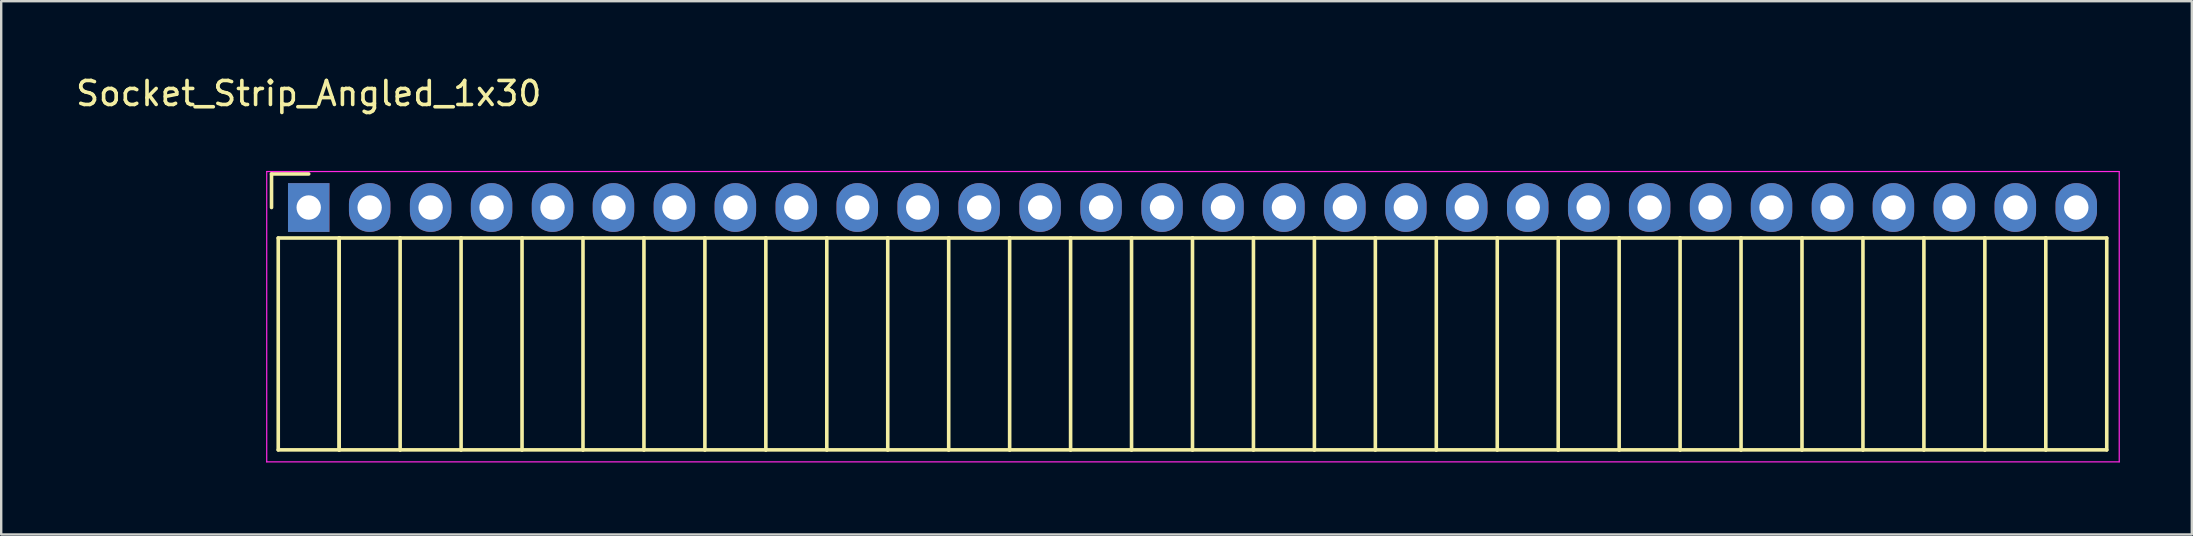
<source format=kicad_pcb>
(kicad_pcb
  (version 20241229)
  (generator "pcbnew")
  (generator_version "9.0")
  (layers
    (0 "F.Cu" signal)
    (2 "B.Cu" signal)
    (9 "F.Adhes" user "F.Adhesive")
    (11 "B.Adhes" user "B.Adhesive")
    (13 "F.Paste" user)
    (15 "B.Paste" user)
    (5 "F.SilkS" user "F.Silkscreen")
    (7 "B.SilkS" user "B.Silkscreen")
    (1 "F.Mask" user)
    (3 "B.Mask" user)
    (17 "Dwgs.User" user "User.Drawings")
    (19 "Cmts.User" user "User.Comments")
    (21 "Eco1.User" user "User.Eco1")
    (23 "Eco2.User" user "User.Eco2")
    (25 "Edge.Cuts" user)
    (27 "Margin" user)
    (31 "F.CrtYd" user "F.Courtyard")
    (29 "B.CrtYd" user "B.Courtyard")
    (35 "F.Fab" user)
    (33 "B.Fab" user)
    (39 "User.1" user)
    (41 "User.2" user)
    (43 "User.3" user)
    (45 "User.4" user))
  (footprint "Socket_Strip_Angled_1x30"
    (layer "F.Cu")
    (at 9.815 5.598)
    (property "Reference" "Socket_Strip_Angled_1x30" (at 0 -4.75 0) (layer "F.SilkS") (effects (font (size 1 1) (thickness 0.15))))
    (attr through_hole)
    (fp_line (start -1.55 -1.4) (end -1.55 0) (stroke (width 0.15) (type solid)) (layer "F.SilkS"))
    (fp_line (start -1.27 1.27) (end -1.27 10.1) (stroke (width 0.15) (type solid)) (layer "F.SilkS"))
    (fp_line (start -1.27 1.27) (end 1.27 1.27) (stroke (width 0.15) (type solid)) (layer "F.SilkS"))
    (fp_line (start -1.27 10.1) (end 1.27 10.1) (stroke (width 0.15) (type solid)) (layer "F.SilkS"))
    (fp_line (start 0 -1.4) (end -1.55 -1.4) (stroke (width 0.15) (type solid)) (layer "F.SilkS"))
    (fp_line (start 1.27 1.27) (end 1.27 10.1) (stroke (width 0.15) (type solid)) (layer "F.SilkS"))
    (fp_line (start 1.27 1.27) (end 3.81 1.27) (stroke (width 0.15) (type solid)) (layer "F.SilkS"))
    (fp_line (start 1.27 10.1) (end 1.27 1.27) (stroke (width 0.15) (type solid)) (layer "F.SilkS"))
    (fp_line (start 1.27 10.1) (end 3.81 10.1) (stroke (width 0.15) (type solid)) (layer "F.SilkS"))
    (fp_line (start 3.81 1.27) (end 6.35 1.27) (stroke (width 0.15) (type solid)) (layer "F.SilkS"))
    (fp_line (start 3.81 10.1) (end 3.81 1.27) (stroke (width 0.15) (type solid)) (layer "F.SilkS"))
    (fp_line (start 3.81 10.1) (end 6.35 10.1) (stroke (width 0.15) (type solid)) (layer "F.SilkS"))
    (fp_line (start 6.35 1.27) (end 8.89 1.27) (stroke (width 0.15) (type solid)) (layer "F.SilkS"))
    (fp_line (start 6.35 10.1) (end 6.35 1.27) (stroke (width 0.15) (type solid)) (layer "F.SilkS"))
    (fp_line (start 6.35 10.1) (end 8.89 10.1) (stroke (width 0.15) (type solid)) (layer "F.SilkS"))
    (fp_line (start 8.89 1.27) (end 11.43 1.27) (stroke (width 0.15) (type solid)) (layer "F.SilkS"))
    (fp_line (start 8.89 10.1) (end 8.89 1.27) (stroke (width 0.15) (type solid)) (layer "F.SilkS"))
    (fp_line (start 8.89 10.1) (end 11.43 10.1) (stroke (width 0.15) (type solid)) (layer "F.SilkS"))
    (fp_line (start 11.43 1.27) (end 13.97 1.27) (stroke (width 0.15) (type solid)) (layer "F.SilkS"))
    (fp_line (start 11.43 10.1) (end 11.43 1.27) (stroke (width 0.15) (type solid)) (layer "F.SilkS"))
    (fp_line (start 11.43 10.1) (end 13.97 10.1) (stroke (width 0.15) (type solid)) (layer "F.SilkS"))
    (fp_line (start 13.97 1.27) (end 16.51 1.27) (stroke (width 0.15) (type solid)) (layer "F.SilkS"))
    (fp_line (start 13.97 10.1) (end 13.97 1.27) (stroke (width 0.15) (type solid)) (layer "F.SilkS"))
    (fp_line (start 13.97 10.1) (end 16.51 10.1) (stroke (width 0.15) (type solid)) (layer "F.SilkS"))
    (fp_line (start 16.51 1.27) (end 19.05 1.27) (stroke (width 0.15) (type solid)) (layer "F.SilkS"))
    (fp_line (start 16.51 10.1) (end 16.51 1.27) (stroke (width 0.15) (type solid)) (layer "F.SilkS"))
    (fp_line (start 16.51 10.1) (end 19.05 10.1) (stroke (width 0.15) (type solid)) (layer "F.SilkS"))
    (fp_line (start 19.05 1.27) (end 21.59 1.27) (stroke (width 0.15) (type solid)) (layer "F.SilkS"))
    (fp_line (start 19.05 10.1) (end 19.05 1.27) (stroke (width 0.15) (type solid)) (layer "F.SilkS"))
    (fp_line (start 19.05 10.1) (end 21.59 10.1) (stroke (width 0.15) (type solid)) (layer "F.SilkS"))
    (fp_line (start 21.59 1.27) (end 24.13 1.27) (stroke (width 0.15) (type solid)) (layer "F.SilkS"))
    (fp_line (start 21.59 10.1) (end 21.59 1.27) (stroke (width 0.15) (type solid)) (layer "F.SilkS"))
    (fp_line (start 21.59 10.1) (end 24.13 10.1) (stroke (width 0.15) (type solid)) (layer "F.SilkS"))
    (fp_line (start 24.13 1.27) (end 26.67 1.27) (stroke (width 0.15) (type solid)) (layer "F.SilkS"))
    (fp_line (start 24.13 10.1) (end 24.13 1.27) (stroke (width 0.15) (type solid)) (layer "F.SilkS"))
    (fp_line (start 24.13 10.1) (end 26.67 10.1) (stroke (width 0.15) (type solid)) (layer "F.SilkS"))
    (fp_line (start 26.67 1.27) (end 29.21 1.27) (stroke (width 0.15) (type solid)) (layer "F.SilkS"))
    (fp_line (start 26.67 10.1) (end 26.67 1.27) (stroke (width 0.15) (type solid)) (layer "F.SilkS"))
    (fp_line (start 26.67 10.1) (end 29.21 10.1) (stroke (width 0.15) (type solid)) (layer "F.SilkS"))
    (fp_line (start 29.21 1.27) (end 31.75 1.27) (stroke (width 0.15) (type solid)) (layer "F.SilkS"))
    (fp_line (start 29.21 10.1) (end 29.21 1.27) (stroke (width 0.15) (type solid)) (layer "F.SilkS"))
    (fp_line (start 29.21 10.1) (end 31.75 10.1) (stroke (width 0.15) (type solid)) (layer "F.SilkS"))
    (fp_line (start 31.75 1.27) (end 34.29 1.27) (stroke (width 0.15) (type solid)) (layer "F.SilkS"))
    (fp_line (start 31.75 10.1) (end 31.75 1.27) (stroke (width 0.15) (type solid)) (layer "F.SilkS"))
    (fp_line (start 31.75 10.1) (end 34.29 10.1) (stroke (width 0.15) (type solid)) (layer "F.SilkS"))
    (fp_line (start 34.29 1.27) (end 36.83 1.27) (stroke (width 0.15) (type solid)) (layer "F.SilkS"))
    (fp_line (start 34.29 10.1) (end 34.29 1.27) (stroke (width 0.15) (type solid)) (layer "F.SilkS"))
    (fp_line (start 34.29 10.1) (end 36.83 10.1) (stroke (width 0.15) (type solid)) (layer "F.SilkS"))
    (fp_line (start 36.83 1.27) (end 39.37 1.27) (stroke (width 0.15) (type solid)) (layer "F.SilkS"))
    (fp_line (start 36.83 10.1) (end 36.83 1.27) (stroke (width 0.15) (type solid)) (layer "F.SilkS"))
    (fp_line (start 36.83 10.1) (end 39.37 10.1) (stroke (width 0.15) (type solid)) (layer "F.SilkS"))
    (fp_line (start 39.37 1.27) (end 41.91 1.27) (stroke (width 0.15) (type solid)) (layer "F.SilkS"))
    (fp_line (start 39.37 10.1) (end 39.37 1.27) (stroke (width 0.15) (type solid)) (layer "F.SilkS"))
    (fp_line (start 39.37 10.1) (end 41.91 10.1) (stroke (width 0.15) (type solid)) (layer "F.SilkS"))
    (fp_line (start 41.91 1.27) (end 44.45 1.27) (stroke (width 0.15) (type solid)) (layer "F.SilkS"))
    (fp_line (start 41.91 10.1) (end 41.91 1.27) (stroke (width 0.15) (type solid)) (layer "F.SilkS"))
    (fp_line (start 41.91 10.1) (end 44.45 10.1) (stroke (width 0.15) (type solid)) (layer "F.SilkS"))
    (fp_line (start 44.45 1.27) (end 46.99 1.27) (stroke (width 0.15) (type solid)) (layer "F.SilkS"))
    (fp_line (start 44.45 10.1) (end 44.45 1.27) (stroke (width 0.15) (type solid)) (layer "F.SilkS"))
    (fp_line (start 44.45 10.1) (end 46.99 10.1) (stroke (width 0.15) (type solid)) (layer "F.SilkS"))
    (fp_line (start 46.99 1.27) (end 49.53 1.27) (stroke (width 0.15) (type solid)) (layer "F.SilkS"))
    (fp_line (start 46.99 10.1) (end 46.99 1.27) (stroke (width 0.15) (type solid)) (layer "F.SilkS"))
    (fp_line (start 46.99 10.1) (end 49.53 10.1) (stroke (width 0.15) (type solid)) (layer "F.SilkS"))
    (fp_line (start 49.53 1.27) (end 52.07 1.27) (stroke (width 0.15) (type solid)) (layer "F.SilkS"))
    (fp_line (start 49.53 10.1) (end 49.53 1.27) (stroke (width 0.15) (type solid)) (layer "F.SilkS"))
    (fp_line (start 49.53 10.1) (end 52.07 10.1) (stroke (width 0.15) (type solid)) (layer "F.SilkS"))
    (fp_line (start 52.07 1.27) (end 54.61 1.27) (stroke (width 0.15) (type solid)) (layer "F.SilkS"))
    (fp_line (start 52.07 10.1) (end 52.07 1.27) (stroke (width 0.15) (type solid)) (layer "F.SilkS"))
    (fp_line (start 52.07 10.1) (end 54.61 10.1) (stroke (width 0.15) (type solid)) (layer "F.SilkS"))
    (fp_line (start 54.61 1.27) (end 57.15 1.27) (stroke (width 0.15) (type solid)) (layer "F.SilkS"))
    (fp_line (start 54.61 10.1) (end 54.61 1.27) (stroke (width 0.15) (type solid)) (layer "F.SilkS"))
    (fp_line (start 54.61 10.1) (end 57.15 10.1) (stroke (width 0.15) (type solid)) (layer "F.SilkS"))
    (fp_line (start 57.15 1.27) (end 59.69 1.27) (stroke (width 0.15) (type solid)) (layer "F.SilkS"))
    (fp_line (start 57.15 10.1) (end 57.15 1.27) (stroke (width 0.15) (type solid)) (layer "F.SilkS"))
    (fp_line (start 57.15 10.1) (end 59.69 10.1) (stroke (width 0.15) (type solid)) (layer "F.SilkS"))
    (fp_line (start 59.69 1.27) (end 62.23 1.27) (stroke (width 0.15) (type solid)) (layer "F.SilkS"))
    (fp_line (start 59.69 10.1) (end 59.69 1.27) (stroke (width 0.15) (type solid)) (layer "F.SilkS"))
    (fp_line (start 59.69 10.1) (end 62.23 10.1) (stroke (width 0.15) (type solid)) (layer "F.SilkS"))
    (fp_line (start 62.23 1.27) (end 64.77 1.27) (stroke (width 0.15) (type solid)) (layer "F.SilkS"))
    (fp_line (start 62.23 10.1) (end 62.23 1.27) (stroke (width 0.15) (type solid)) (layer "F.SilkS"))
    (fp_line (start 62.23 10.1) (end 64.77 10.1) (stroke (width 0.15) (type solid)) (layer "F.SilkS"))
    (fp_line (start 64.77 1.27) (end 67.31 1.27) (stroke (width 0.15) (type solid)) (layer "F.SilkS"))
    (fp_line (start 64.77 10.1) (end 64.77 1.27) (stroke (width 0.15) (type solid)) (layer "F.SilkS"))
    (fp_line (start 64.77 10.1) (end 67.31 10.1) (stroke (width 0.15) (type solid)) (layer "F.SilkS"))
    (fp_line (start 67.31 1.27) (end 69.85 1.27) (stroke (width 0.15) (type solid)) (layer "F.SilkS"))
    (fp_line (start 67.31 10.1) (end 67.31 1.27) (stroke (width 0.15) (type solid)) (layer "F.SilkS"))
    (fp_line (start 67.31 10.1) (end 69.85 10.1) (stroke (width 0.15) (type solid)) (layer "F.SilkS"))
    (fp_line (start 69.85 1.27) (end 72.39 1.27) (stroke (width 0.15) (type solid)) (layer "F.SilkS"))
    (fp_line (start 69.85 10.1) (end 69.85 1.27) (stroke (width 0.15) (type solid)) (layer "F.SilkS"))
    (fp_line (start 69.85 10.1) (end 72.39 10.1) (stroke (width 0.15) (type solid)) (layer "F.SilkS"))
    (fp_line (start 72.39 1.27) (end 74.93 1.27) (stroke (width 0.15) (type solid)) (layer "F.SilkS"))
    (fp_line (start 72.39 10.1) (end 72.39 1.27) (stroke (width 0.15) (type solid)) (layer "F.SilkS"))
    (fp_line (start 72.39 10.1) (end 74.93 10.1) (stroke (width 0.15) (type solid)) (layer "F.SilkS"))
    (fp_line (start 74.93 10.1) (end 74.93 1.27) (stroke (width 0.15) (type solid)) (layer "F.SilkS"))
    (fp_line (start -1.75 -1.5) (end -1.75 10.6) (stroke (width 0.05) (type solid)) (layer "F.CrtYd"))
    (fp_line (start -1.75 -1.5) (end 75.45 -1.5) (stroke (width 0.05) (type solid)) (layer "F.CrtYd"))
    (fp_line (start -1.75 10.6) (end 75.45 10.6) (stroke (width 0.05) (type solid)) (layer "F.CrtYd"))
    (fp_line (start 75.45 -1.5) (end 75.45 10.6) (stroke (width 0.05) (type solid)) (layer "F.CrtYd"))
    (pad "1" thru_hole rect (at 0 0) (size 1.727 2.032) (drill 1.016) (layers "*.Cu" "*.Mask"))
    (pad "2" thru_hole oval (at 2.54 0) (size 1.727 2.032) (drill 1.016) (layers "*.Cu" "*.Mask"))
    (pad "3" thru_hole oval (at 5.08 0) (size 1.727 2.032) (drill 1.016) (layers "*.Cu" "*.Mask"))
    (pad "4" thru_hole oval (at 7.62 0) (size 1.727 2.032) (drill 1.016) (layers "*.Cu" "*.Mask"))
    (pad "5" thru_hole oval (at 10.16 0) (size 1.727 2.032) (drill 1.016) (layers "*.Cu" "*.Mask"))
    (pad "6" thru_hole oval (at 12.7 0) (size 1.727 2.032) (drill 1.016) (layers "*.Cu" "*.Mask"))
    (pad "7" thru_hole oval (at 15.24 0) (size 1.727 2.032) (drill 1.016) (layers "*.Cu" "*.Mask"))
    (pad "8" thru_hole oval (at 17.78 0) (size 1.727 2.032) (drill 1.016) (layers "*.Cu" "*.Mask"))
    (pad "9" thru_hole oval (at 20.32 0) (size 1.727 2.032) (drill 1.016) (layers "*.Cu" "*.Mask"))
    (pad "10" thru_hole oval (at 22.86 0) (size 1.727 2.032) (drill 1.016) (layers "*.Cu" "*.Mask"))
    (pad "11" thru_hole oval (at 25.4 0) (size 1.727 2.032) (drill 1.016) (layers "*.Cu" "*.Mask"))
    (pad "12" thru_hole oval (at 27.94 0) (size 1.727 2.032) (drill 1.016) (layers "*.Cu" "*.Mask"))
    (pad "13" thru_hole oval (at 30.48 0) (size 1.727 2.032) (drill 1.016) (layers "*.Cu" "*.Mask"))
    (pad "14" thru_hole oval (at 33.02 0) (size 1.727 2.032) (drill 1.016) (layers "*.Cu" "*.Mask"))
    (pad "15" thru_hole oval (at 35.56 0) (size 1.727 2.032) (drill 1.016) (layers "*.Cu" "*.Mask"))
    (pad "16" thru_hole oval (at 38.1 0) (size 1.727 2.032) (drill 1.016) (layers "*.Cu" "*.Mask"))
    (pad "17" thru_hole oval (at 40.64 0) (size 1.727 2.032) (drill 1.016) (layers "*.Cu" "*.Mask"))
    (pad "18" thru_hole oval (at 43.18 0) (size 1.727 2.032) (drill 1.016) (layers "*.Cu" "*.Mask"))
    (pad "19" thru_hole oval (at 45.72 0) (size 1.727 2.032) (drill 1.016) (layers "*.Cu" "*.Mask"))
    (pad "20" thru_hole oval (at 48.26 0) (size 1.727 2.032) (drill 1.016) (layers "*.Cu" "*.Mask"))
    (pad "21" thru_hole oval (at 50.8 0) (size 1.727 2.032) (drill 1.016) (layers "*.Cu" "*.Mask"))
    (pad "22" thru_hole oval (at 53.34 0) (size 1.727 2.032) (drill 1.016) (layers "*.Cu" "*.Mask"))
    (pad "23" thru_hole oval (at 55.88 0) (size 1.727 2.032) (drill 1.016) (layers "*.Cu" "*.Mask"))
    (pad "24" thru_hole oval (at 58.42 0) (size 1.727 2.032) (drill 1.016) (layers "*.Cu" "*.Mask"))
    (pad "25" thru_hole oval (at 60.96 0) (size 1.727 2.032) (drill 1.016) (layers "*.Cu" "*.Mask"))
    (pad "26" thru_hole oval (at 63.5 0) (size 1.727 2.032) (drill 1.016) (layers "*.Cu" "*.Mask"))
    (pad "27" thru_hole oval (at 66.04 0) (size 1.727 2.032) (drill 1.016) (layers "*.Cu" "*.Mask"))
    (pad "28" thru_hole oval (at 68.58 0) (size 1.727 2.032) (drill 1.016) (layers "*.Cu" "*.Mask"))
    (pad "29" thru_hole oval (at 71.12 0) (size 1.727 2.032) (drill 1.016) (layers "*.Cu" "*.Mask"))
    (pad "30" thru_hole oval (at 73.66 0) (size 1.727 2.032) (drill 1.016) (layers "*.Cu" "*.Mask")))
  (gr_rect
    (start -3 -3)
    (end 88.29 19.223)
    (stroke (width 0.1) (type default))
    (fill no)
    (layer "Edge.Cuts")))
</source>
